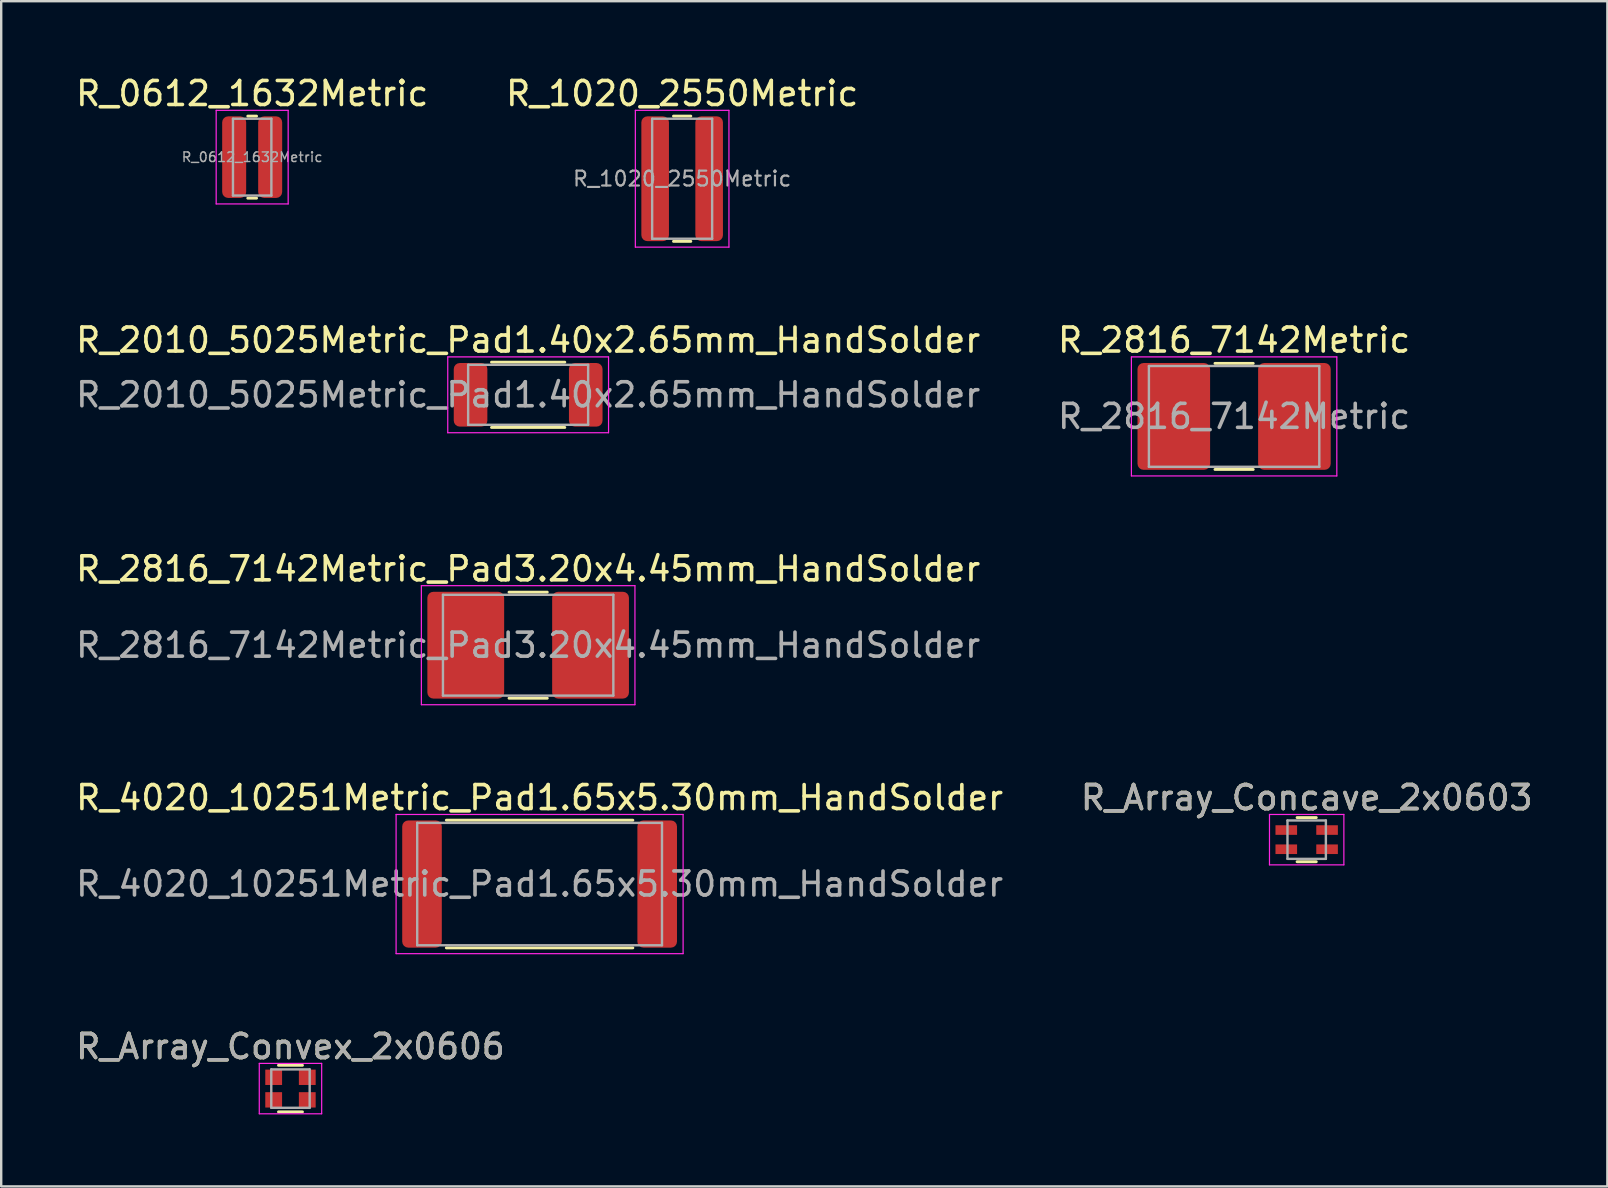
<source format=kicad_pcb>
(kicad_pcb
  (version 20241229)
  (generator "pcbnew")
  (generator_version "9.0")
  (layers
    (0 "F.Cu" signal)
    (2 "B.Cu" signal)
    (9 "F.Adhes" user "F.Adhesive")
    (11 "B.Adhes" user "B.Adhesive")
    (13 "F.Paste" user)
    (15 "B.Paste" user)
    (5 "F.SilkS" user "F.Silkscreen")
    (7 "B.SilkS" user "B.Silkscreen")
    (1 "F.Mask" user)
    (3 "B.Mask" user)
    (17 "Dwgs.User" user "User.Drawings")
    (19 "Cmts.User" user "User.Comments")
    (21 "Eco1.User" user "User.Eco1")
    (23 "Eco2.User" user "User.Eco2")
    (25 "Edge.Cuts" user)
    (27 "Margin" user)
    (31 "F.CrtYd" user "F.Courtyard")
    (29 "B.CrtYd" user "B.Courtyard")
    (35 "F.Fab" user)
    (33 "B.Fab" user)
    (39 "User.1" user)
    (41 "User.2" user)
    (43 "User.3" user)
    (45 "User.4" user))
  (footprint "R_2816_7142Metric"
    (layer "F.Cu")
    (at 48.375 14.302)
    (property "Reference" "R_2816_7142Metric" (at 0 -3.18 0) (layer "F.SilkS") (effects (font (size 1 1) (thickness 0.15))))
    (attr smd)
    (fp_line (start -0.797 -2.21) (end 0.797 -2.21) (stroke (width 0.12) (type solid)) (layer "F.SilkS"))
    (fp_line (start -0.797 2.21) (end 0.797 2.21) (stroke (width 0.12) (type solid)) (layer "F.SilkS"))
    (fp_line (start -4.28 -2.48) (end 4.28 -2.48) (stroke (width 0.05) (type solid)) (layer "F.CrtYd"))
    (fp_line (start -4.28 2.48) (end -4.28 -2.48) (stroke (width 0.05) (type solid)) (layer "F.CrtYd"))
    (fp_line (start 4.28 -2.48) (end 4.28 2.48) (stroke (width 0.05) (type solid)) (layer "F.CrtYd"))
    (fp_line (start 4.28 2.48) (end -4.28 2.48) (stroke (width 0.05) (type solid)) (layer "F.CrtYd"))
    (fp_line (start -3.55 -2.1) (end 3.55 -2.1) (stroke (width 0.1) (type solid)) (layer "F.Fab"))
    (fp_line (start -3.55 2.1) (end -3.55 -2.1) (stroke (width 0.1) (type solid)) (layer "F.Fab"))
    (fp_line (start 3.55 -2.1) (end 3.55 2.1) (stroke (width 0.1) (type solid)) (layer "F.Fab"))
    (fp_line (start 3.55 2.1) (end -3.55 2.1) (stroke (width 0.1) (type solid)) (layer "F.Fab"))
    (fp_text user "${REFERENCE}" (at 0 0 0) (layer "F.Fab") (effects (font (size 1 1) (thickness 0.15))))
    (pad "1" smd roundrect (at -2.513 0) (size 3.025 4.45) (layers "F.Cu" "F.Mask" "F.Paste") (roundrect_rratio 0.083))
    (pad "2" smd roundrect (at 2.513 0) (size 3.025 4.45) (layers "F.Cu" "F.Mask" "F.Paste") (roundrect_rratio 0.083)))
  (footprint "R_1020_2550Metric"
    (layer "F.Cu")
    (at 25.375 4.398)
    (property "Reference" "R_1020_2550Metric" (at 0 -3.55 0) (layer "F.SilkS") (effects (font (size 1 1) (thickness 0.15))))
    (attr smd)
    (fp_line (start -0.361 -2.61) (end 0.361 -2.61) (stroke (width 0.12) (type solid)) (layer "F.SilkS"))
    (fp_line (start -0.361 2.61) (end 0.361 2.61) (stroke (width 0.12) (type solid)) (layer "F.SilkS"))
    (fp_line (start -1.95 -2.85) (end 1.95 -2.85) (stroke (width 0.05) (type solid)) (layer "F.CrtYd"))
    (fp_line (start -1.95 2.85) (end -1.95 -2.85) (stroke (width 0.05) (type solid)) (layer "F.CrtYd"))
    (fp_line (start 1.95 -2.85) (end 1.95 2.85) (stroke (width 0.05) (type solid)) (layer "F.CrtYd"))
    (fp_line (start 1.95 2.85) (end -1.95 2.85) (stroke (width 0.05) (type solid)) (layer "F.CrtYd"))
    (fp_line (start -1.25 -2.5) (end 1.25 -2.5) (stroke (width 0.1) (type solid)) (layer "F.Fab"))
    (fp_line (start -1.25 2.5) (end -1.25 -2.5) (stroke (width 0.1) (type solid)) (layer "F.Fab"))
    (fp_line (start 1.25 -2.5) (end 1.25 2.5) (stroke (width 0.1) (type solid)) (layer "F.Fab"))
    (fp_line (start 1.25 2.5) (end -1.25 2.5) (stroke (width 0.1) (type solid)) (layer "F.Fab"))
    (fp_text user "${REFERENCE}" (at 0 0 0) (layer "F.Fab") (effects (font (size 0.62 0.62) (thickness 0.09))))
    (pad "1" smd roundrect (at -1.125 0) (size 1.15 5.2) (layers "F.Cu" "F.Mask" "F.Paste") (roundrect_rratio 0.217))
    (pad "2" smd roundrect (at 1.125 0) (size 1.15 5.2) (layers "F.Cu" "F.Mask" "F.Paste") (roundrect_rratio 0.217)))
  (footprint "R_4020_10251Metric_Pad1.65x5.30mm_HandSolder"
    (layer "F.Cu")
    (at 19.435 33.788)
    (property "Reference" "R_4020_10251Metric_Pad1.65x5.30mm_HandSolder" (at 0 -3.6 0) (layer "F.SilkS") (effects (font (size 1 1) (thickness 0.15))))
    (attr smd)
    (fp_line (start -3.886 -2.66) (end 3.886 -2.66) (stroke (width 0.12) (type solid)) (layer "F.SilkS"))
    (fp_line (start -3.886 2.66) (end 3.886 2.66) (stroke (width 0.12) (type solid)) (layer "F.SilkS"))
    (fp_line (start -5.98 -2.9) (end 5.98 -2.9) (stroke (width 0.05) (type solid)) (layer "F.CrtYd"))
    (fp_line (start -5.98 2.9) (end -5.98 -2.9) (stroke (width 0.05) (type solid)) (layer "F.CrtYd"))
    (fp_line (start 5.98 -2.9) (end 5.98 2.9) (stroke (width 0.05) (type solid)) (layer "F.CrtYd"))
    (fp_line (start 5.98 2.9) (end -5.98 2.9) (stroke (width 0.05) (type solid)) (layer "F.CrtYd"))
    (fp_line (start -5.1 -2.55) (end 5.1 -2.55) (stroke (width 0.1) (type solid)) (layer "F.Fab"))
    (fp_line (start -5.1 2.55) (end -5.1 -2.55) (stroke (width 0.1) (type solid)) (layer "F.Fab"))
    (fp_line (start 5.1 -2.55) (end 5.1 2.55) (stroke (width 0.1) (type solid)) (layer "F.Fab"))
    (fp_line (start 5.1 2.55) (end -5.1 2.55) (stroke (width 0.1) (type solid)) (layer "F.Fab"))
    (fp_text user "${REFERENCE}" (at 0 0 0) (layer "F.Fab") (effects (font (size 1 1) (thickness 0.15))))
    (pad "1" smd roundrect (at -4.9 0) (size 1.65 5.3) (layers "F.Cu" "F.Mask" "F.Paste") (roundrect_rratio 0.152))
    (pad "2" smd roundrect (at 4.9 0) (size 1.65 5.3) (layers "F.Cu" "F.Mask" "F.Paste") (roundrect_rratio 0.152)))
  (footprint "R_Array_Concave_2x0603"
    (layer "F.Cu")
    (at 51.399 31.938)
    (property "Reference" "R_Array_Concave_2x0603" (at 0 -1.75 0) (layer "F.SilkS") (effects (font (size 1 1) (thickness 0.15))))
    (attr smd)
    (fp_line (start 0.4 -0.92) (end -0.4 -0.92) (stroke (width 0.12) (type solid)) (layer "F.SilkS"))
    (fp_line (start 0.4 0.92) (end -0.4 0.92) (stroke (width 0.12) (type solid)) (layer "F.SilkS"))
    (fp_line (start -1.55 -1.05) (end -1.55 1.05) (stroke (width 0.05) (type solid)) (layer "F.CrtYd"))
    (fp_line (start -1.55 -1.05) (end 1.55 -1.05) (stroke (width 0.05) (type solid)) (layer "F.CrtYd"))
    (fp_line (start 1.55 1.05) (end -1.55 1.05) (stroke (width 0.05) (type solid)) (layer "F.CrtYd"))
    (fp_line (start 1.55 1.05) (end 1.55 -1.05) (stroke (width 0.05) (type solid)) (layer "F.CrtYd"))
    (fp_line (start -0.8 -0.8) (end 0.8 -0.8) (stroke (width 0.1) (type solid)) (layer "F.Fab"))
    (fp_line (start -0.8 0.8) (end -0.8 -0.8) (stroke (width 0.1) (type solid)) (layer "F.Fab"))
    (fp_line (start 0.8 -0.8) (end 0.8 0.8) (stroke (width 0.1) (type solid)) (layer "F.Fab"))
    (fp_line (start 0.8 0.8) (end -0.8 0.8) (stroke (width 0.1) (type solid)) (layer "F.Fab"))
    (fp_text user "${REFERENCE}" (at 0 -1.75 0) (layer "F.Fab") (effects (font (size 1 1) (thickness 0.15))))
    (pad "1" smd rect (at -0.85 -0.4) (size 0.9 0.4) (layers "F.Cu" "F.Mask" "F.Paste"))
    (pad "2" smd rect (at -0.85 0.4) (size 0.9 0.4) (layers "F.Cu" "F.Mask" "F.Paste"))
    (pad "3" smd rect (at 0.85 0.4) (size 0.9 0.4) (layers "F.Cu" "F.Mask" "F.Paste"))
    (pad "4" smd rect (at 0.85 -0.4) (size 0.9 0.4) (layers "F.Cu" "F.Mask" "F.Paste")))
  (footprint "R_0612_1632Metric"
    (layer "F.Cu")
    (at 7.458 3.498)
    (property "Reference" "R_0612_1632Metric" (at 0 -2.65 0) (layer "F.SilkS") (effects (font (size 1 1) (thickness 0.15))))
    (attr smd)
    (fp_line (start -0.183 -1.71) (end 0.183 -1.71) (stroke (width 0.12) (type solid)) (layer "F.SilkS"))
    (fp_line (start -0.183 1.71) (end 0.183 1.71) (stroke (width 0.12) (type solid)) (layer "F.SilkS"))
    (fp_line (start -1.5 -1.95) (end 1.5 -1.95) (stroke (width 0.05) (type solid)) (layer "F.CrtYd"))
    (fp_line (start -1.5 1.95) (end -1.5 -1.95) (stroke (width 0.05) (type solid)) (layer "F.CrtYd"))
    (fp_line (start 1.5 -1.95) (end 1.5 1.95) (stroke (width 0.05) (type solid)) (layer "F.CrtYd"))
    (fp_line (start 1.5 1.95) (end -1.5 1.95) (stroke (width 0.05) (type solid)) (layer "F.CrtYd"))
    (fp_line (start -0.8 -1.6) (end 0.8 -1.6) (stroke (width 0.1) (type solid)) (layer "F.Fab"))
    (fp_line (start -0.8 1.6) (end -0.8 -1.6) (stroke (width 0.1) (type solid)) (layer "F.Fab"))
    (fp_line (start 0.8 -1.6) (end 0.8 1.6) (stroke (width 0.1) (type solid)) (layer "F.Fab"))
    (fp_line (start 0.8 1.6) (end -0.8 1.6) (stroke (width 0.1) (type solid)) (layer "F.Fab"))
    (fp_text user "${REFERENCE}" (at 0 0 0) (layer "F.Fab") (effects (font (size 0.4 0.4) (thickness 0.06))))
    (pad "1" smd roundrect (at -0.75 0) (size 1 3.4) (layers "F.Cu" "F.Mask" "F.Paste") (roundrect_rratio 0.25))
    (pad "2" smd roundrect (at 0.75 0) (size 1 3.4) (layers "F.Cu" "F.Mask" "F.Paste") (roundrect_rratio 0.25)))
  (footprint "R_Array_Convex_2x0606"
    (layer "F.Cu")
    (at 9.054 42.311)
    (property "Reference" "R_Array_Convex_2x0606" (at 0 -1.75 0) (layer "F.SilkS") (effects (font (size 1 1) (thickness 0.15))))
    (attr smd)
    (fp_line (start 0.5 -0.97) (end -0.5 -0.97) (stroke (width 0.12) (type solid)) (layer "F.SilkS"))
    (fp_line (start 0.5 0.97) (end -0.5 0.97) (stroke (width 0.12) (type solid)) (layer "F.SilkS"))
    (fp_line (start -1.3 -1.05) (end -1.3 1.05) (stroke (width 0.05) (type solid)) (layer "F.CrtYd"))
    (fp_line (start -1.3 -1.05) (end 1.3 -1.05) (stroke (width 0.05) (type solid)) (layer "F.CrtYd"))
    (fp_line (start 1.3 1.05) (end -1.3 1.05) (stroke (width 0.05) (type solid)) (layer "F.CrtYd"))
    (fp_line (start 1.3 1.05) (end 1.3 -1.05) (stroke (width 0.05) (type solid)) (layer "F.CrtYd"))
    (fp_line (start -0.8 -0.8) (end 0.8 -0.8) (stroke (width 0.1) (type solid)) (layer "F.Fab"))
    (fp_line (start -0.8 0.8) (end -0.8 -0.8) (stroke (width 0.1) (type solid)) (layer "F.Fab"))
    (fp_line (start 0.8 -0.8) (end 0.8 0.8) (stroke (width 0.1) (type solid)) (layer "F.Fab"))
    (fp_line (start 0.8 0.8) (end -0.8 0.8) (stroke (width 0.1) (type solid)) (layer "F.Fab"))
    (fp_text user "${REFERENCE}" (at 0 -1.75 0) (layer "F.Fab") (effects (font (size 1 1) (thickness 0.15))))
    (pad "1" smd rect (at -0.7 -0.47) (size 0.7 0.64) (layers "F.Cu" "F.Mask" "F.Paste"))
    (pad "2" smd rect (at -0.7 0.47) (size 0.7 0.64) (layers "F.Cu" "F.Mask" "F.Paste"))
    (pad "3" smd rect (at 0.7 0.47) (size 0.7 0.64) (layers "F.Cu" "F.Mask" "F.Paste"))
    (pad "4" smd rect (at 0.7 -0.47) (size 0.7 0.64) (layers "F.Cu" "F.Mask" "F.Paste")))
  (footprint "R_2010_5025Metric_Pad1.40x2.65mm_HandSolder"
    (layer "F.Cu")
    (at 18.958 13.402)
    (property "Reference" "R_2010_5025Metric_Pad1.40x2.65mm_HandSolder" (at 0 -2.28 0) (layer "F.SilkS") (effects (font (size 1 1) (thickness 0.15))))
    (attr smd)
    (fp_line (start -1.527 -1.36) (end 1.527 -1.36) (stroke (width 0.12) (type solid)) (layer "F.SilkS"))
    (fp_line (start -1.527 1.36) (end 1.527 1.36) (stroke (width 0.12) (type solid)) (layer "F.SilkS"))
    (fp_line (start -3.35 -1.58) (end 3.35 -1.58) (stroke (width 0.05) (type solid)) (layer "F.CrtYd"))
    (fp_line (start -3.35 1.58) (end -3.35 -1.58) (stroke (width 0.05) (type solid)) (layer "F.CrtYd"))
    (fp_line (start 3.35 -1.58) (end 3.35 1.58) (stroke (width 0.05) (type solid)) (layer "F.CrtYd"))
    (fp_line (start 3.35 1.58) (end -3.35 1.58) (stroke (width 0.05) (type solid)) (layer "F.CrtYd"))
    (fp_line (start -2.5 -1.25) (end 2.5 -1.25) (stroke (width 0.1) (type solid)) (layer "F.Fab"))
    (fp_line (start -2.5 1.25) (end -2.5 -1.25) (stroke (width 0.1) (type solid)) (layer "F.Fab"))
    (fp_line (start 2.5 -1.25) (end 2.5 1.25) (stroke (width 0.1) (type solid)) (layer "F.Fab"))
    (fp_line (start 2.5 1.25) (end -2.5 1.25) (stroke (width 0.1) (type solid)) (layer "F.Fab"))
    (fp_text user "${REFERENCE}" (at 0 0 0) (layer "F.Fab") (effects (font (size 1 1) (thickness 0.15))))
    (pad "1" smd roundrect (at -2.4 0) (size 1.4 2.65) (layers "F.Cu" "F.Mask" "F.Paste") (roundrect_rratio 0.179))
    (pad "2" smd roundrect (at 2.4 0) (size 1.4 2.65) (layers "F.Cu" "F.Mask" "F.Paste") (roundrect_rratio 0.179)))
  (footprint "R_2816_7142Metric_Pad3.20x4.45mm_HandSolder"
    (layer "F.Cu")
    (at 18.958 23.835)
    (property "Reference" "R_2816_7142Metric_Pad3.20x4.45mm_HandSolder" (at 0 -3.18 0) (layer "F.SilkS") (effects (font (size 1 1) (thickness 0.15))))
    (attr smd)
    (fp_line (start -0.797 -2.21) (end 0.797 -2.21) (stroke (width 0.12) (type solid)) (layer "F.SilkS"))
    (fp_line (start -0.797 2.21) (end 0.797 2.21) (stroke (width 0.12) (type solid)) (layer "F.SilkS"))
    (fp_line (start -4.45 -2.48) (end 4.45 -2.48) (stroke (width 0.05) (type solid)) (layer "F.CrtYd"))
    (fp_line (start -4.45 2.48) (end -4.45 -2.48) (stroke (width 0.05) (type solid)) (layer "F.CrtYd"))
    (fp_line (start 4.45 -2.48) (end 4.45 2.48) (stroke (width 0.05) (type solid)) (layer "F.CrtYd"))
    (fp_line (start 4.45 2.48) (end -4.45 2.48) (stroke (width 0.05) (type solid)) (layer "F.CrtYd"))
    (fp_line (start -3.55 -2.1) (end 3.55 -2.1) (stroke (width 0.1) (type solid)) (layer "F.Fab"))
    (fp_line (start -3.55 2.1) (end -3.55 -2.1) (stroke (width 0.1) (type solid)) (layer "F.Fab"))
    (fp_line (start 3.55 -2.1) (end 3.55 2.1) (stroke (width 0.1) (type solid)) (layer "F.Fab"))
    (fp_line (start 3.55 2.1) (end -3.55 2.1) (stroke (width 0.1) (type solid)) (layer "F.Fab"))
    (fp_text user "${REFERENCE}" (at 0 0 0) (layer "F.Fab") (effects (font (size 1 1) (thickness 0.15))))
    (pad "1" smd roundrect (at -2.6 0) (size 3.2 4.45) (layers "F.Cu" "F.Mask" "F.Paste") (roundrect_rratio 0.078))
    (pad "2" smd roundrect (at 2.6 0) (size 3.2 4.45) (layers "F.Cu" "F.Mask" "F.Paste") (roundrect_rratio 0.078)))
  (gr_rect
    (start -3 -3)
    (end 63.929 46.386)
    (stroke (width 0.1) (type default))
    (fill no)
    (layer "Edge.Cuts")))
</source>
